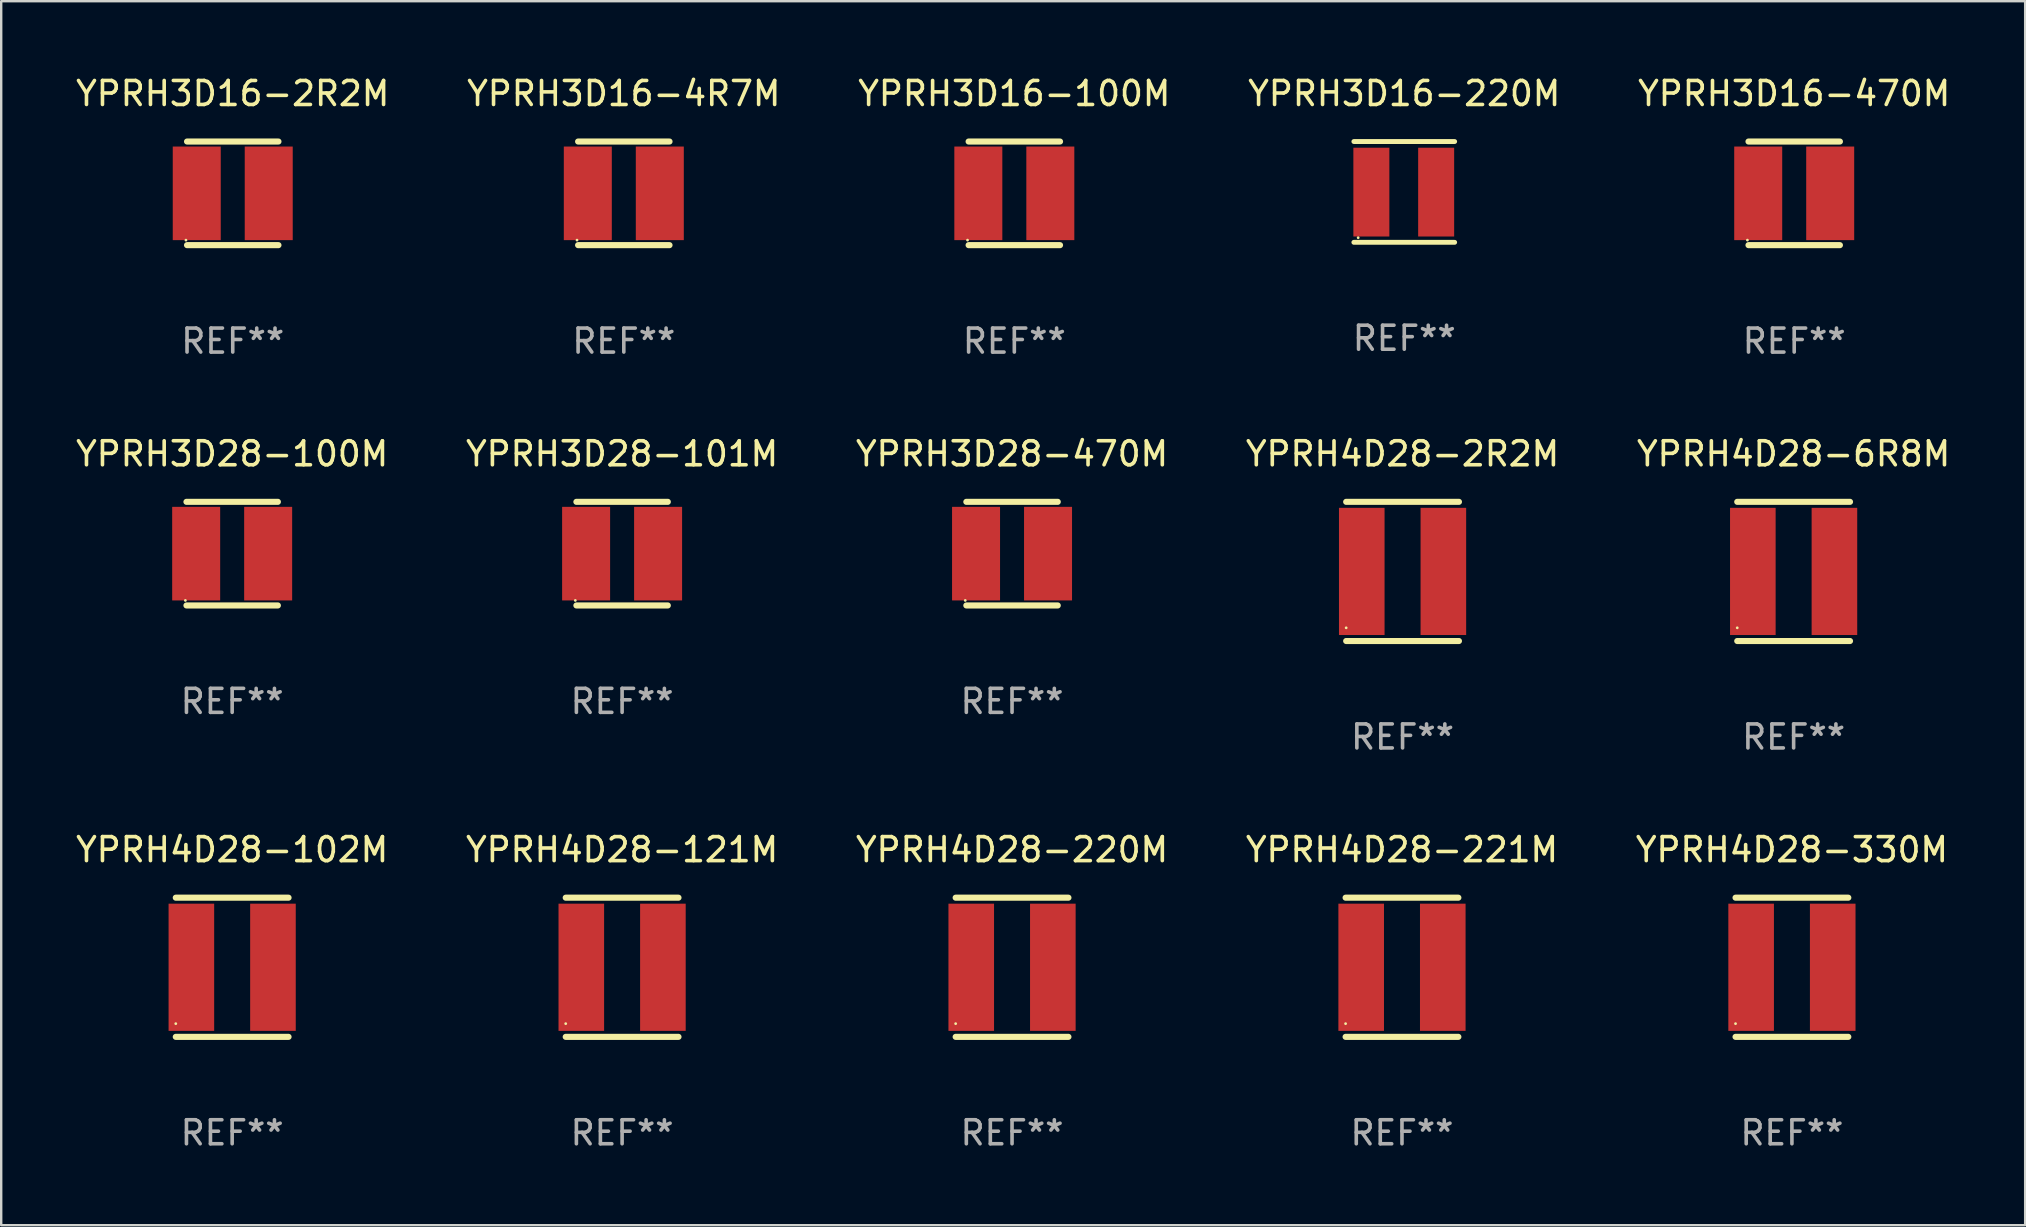
<source format=kicad_pcb>
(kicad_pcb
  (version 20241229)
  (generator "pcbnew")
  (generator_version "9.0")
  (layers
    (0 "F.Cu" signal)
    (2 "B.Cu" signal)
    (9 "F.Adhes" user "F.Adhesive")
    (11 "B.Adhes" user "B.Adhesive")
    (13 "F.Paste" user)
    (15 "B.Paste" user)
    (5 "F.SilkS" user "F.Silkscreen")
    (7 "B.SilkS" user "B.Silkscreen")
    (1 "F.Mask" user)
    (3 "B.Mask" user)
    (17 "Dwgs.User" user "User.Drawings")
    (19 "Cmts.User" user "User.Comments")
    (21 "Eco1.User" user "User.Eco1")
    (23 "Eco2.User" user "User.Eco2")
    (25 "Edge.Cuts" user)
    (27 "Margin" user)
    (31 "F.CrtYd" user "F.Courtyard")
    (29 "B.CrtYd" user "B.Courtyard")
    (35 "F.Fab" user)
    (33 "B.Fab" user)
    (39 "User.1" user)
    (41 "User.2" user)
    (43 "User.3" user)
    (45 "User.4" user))
  (footprint "YPRH3D28-100M"
    (layer "F.Cu")
    (at 6.625 20.022)
    (property "Reference" "YPRH3D28-100M" (at 0 -4.159 0) (layer "F.SilkS") (effects (font (size 1 1) (thickness 0.15))))
    (attr through_hole)
    (fp_line (start -1.905 -2.159) (end 1.905 -2.159) (stroke (width 0.254) (type solid)) (layer "F.SilkS"))
    (fp_line (start -1.905 2.159) (end 1.905 2.159) (stroke (width 0.254) (type solid)) (layer "F.SilkS"))
    (fp_circle (center -1.95 1.95) (end -1.92 1.95) (stroke (width 0.06) (type solid)) (fill no) (layer "F.SilkS"))
    (fp_text user "REF**" (at 0 6.159 0) (layer "F.Fab") (effects (font (size 1 1) (thickness 0.15))))
    (pad "1" smd rect (at -1.5 0) (size 2 3.9) (layers "F.Cu" "F.Mask" "F.Paste"))
    (pad "2" smd rect (at 1.5 0) (size 2 3.9) (layers "F.Cu" "F.Mask" "F.Paste")))
  (footprint "YPRH4D28-121M"
    (layer "F.Cu")
    (at 22.875 37.259)
    (property "Reference" "YPRH4D28-121M" (at 0 -4.9 0) (layer "F.SilkS") (effects (font (size 1 1) (thickness 0.15))))
    (attr through_hole)
    (fp_line (start -2.35 -2.9) (end 2.35 -2.9) (stroke (width 0.254) (type solid)) (layer "F.SilkS"))
    (fp_line (start -2.35 2.9) (end 2.35 2.9) (stroke (width 0.254) (type solid)) (layer "F.SilkS"))
    (fp_circle (center -2.35 2.35) (end -2.32 2.35) (stroke (width 0.06) (type solid)) (fill no) (layer "F.SilkS"))
    (fp_text user "REF**" (at 0 6.9 0) (layer "F.Fab") (effects (font (size 1 1) (thickness 0.15))))
    (pad "1" smd rect (at -1.7 0) (size 1.9 5.3) (layers "F.Cu" "F.Mask" "F.Paste"))
    (pad "2" smd rect (at 1.7 0) (size 1.9 5.3) (layers "F.Cu" "F.Mask" "F.Paste")))
  (footprint "YPRH4D28-330M"
    (layer "F.Cu")
    (at 71.625 37.259)
    (property "Reference" "YPRH4D28-330M" (at 0 -4.9 0) (layer "F.SilkS") (effects (font (size 1 1) (thickness 0.15))))
    (attr through_hole)
    (fp_line (start -2.35 -2.9) (end 2.35 -2.9) (stroke (width 0.254) (type solid)) (layer "F.SilkS"))
    (fp_line (start -2.35 2.9) (end 2.35 2.9) (stroke (width 0.254) (type solid)) (layer "F.SilkS"))
    (fp_circle (center -2.35 2.35) (end -2.32 2.35) (stroke (width 0.06) (type solid)) (fill no) (layer "F.SilkS"))
    (fp_text user "REF**" (at 0 6.9 0) (layer "F.Fab") (effects (font (size 1 1) (thickness 0.15))))
    (pad "1" smd rect (at -1.7 0) (size 1.9 5.3) (layers "F.Cu" "F.Mask" "F.Paste"))
    (pad "2" smd rect (at 1.7 0) (size 1.9 5.3) (layers "F.Cu" "F.Mask" "F.Paste")))
  (footprint "YPRH3D28-470M"
    (layer "F.Cu")
    (at 39.125 20.022)
    (property "Reference" "YPRH3D28-470M" (at 0 -4.159 0) (layer "F.SilkS") (effects (font (size 1 1) (thickness 0.15))))
    (attr through_hole)
    (fp_line (start -1.905 -2.159) (end 1.905 -2.159) (stroke (width 0.254) (type solid)) (layer "F.SilkS"))
    (fp_line (start -1.905 2.159) (end 1.905 2.159) (stroke (width 0.254) (type solid)) (layer "F.SilkS"))
    (fp_circle (center -1.95 1.95) (end -1.92 1.95) (stroke (width 0.06) (type solid)) (fill no) (layer "F.SilkS"))
    (fp_text user "REF**" (at 0 6.159 0) (layer "F.Fab") (effects (font (size 1 1) (thickness 0.15))))
    (pad "1" smd rect (at -1.5 0) (size 2 3.9) (layers "F.Cu" "F.Mask" "F.Paste"))
    (pad "2" smd rect (at 1.5 0) (size 2 3.9) (layers "F.Cu" "F.Mask" "F.Paste")))
  (footprint "YPRH3D16-220M"
    (layer "F.Cu")
    (at 55.47 4.948)
    (property "Reference" "YPRH3D16-220M" (at 0 -4.1 0) (layer "F.SilkS") (effects (font (size 1 1) (thickness 0.15))))
    (attr through_hole)
    (fp_line (start -2.1 -2.1) (end 2.1 -2.1) (stroke (width 0.203) (type solid)) (layer "F.SilkS"))
    (fp_line (start -2.1 2.1) (end 2.1 2.1) (stroke (width 0.203) (type solid)) (layer "F.SilkS"))
    (fp_circle (center -1.921 1.908) (end -1.891 1.908) (stroke (width 0.06) (type solid)) (fill no) (layer "F.SilkS"))
    (fp_text user "REF**" (at 0 6.1 0) (layer "F.Fab") (effects (font (size 1 1) (thickness 0.15))))
    (pad "1" smd rect (at -1.371 0.008 90) (size 3.7 1.5) (layers "F.Cu" "F.Mask" "F.Paste"))
    (pad "2" smd rect (at 1.329 0.008 90) (size 3.7 1.5) (layers "F.Cu" "F.Mask" "F.Paste")))
  (footprint "YPRH3D16-470M"
    (layer "F.Cu")
    (at 71.72 5.007)
    (property "Reference" "YPRH3D16-470M" (at 0 -4.159 0) (layer "F.SilkS") (effects (font (size 1 1) (thickness 0.15))))
    (attr through_hole)
    (fp_line (start -1.905 -2.159) (end 1.905 -2.159) (stroke (width 0.254) (type solid)) (layer "F.SilkS"))
    (fp_line (start -1.905 2.159) (end 1.905 2.159) (stroke (width 0.254) (type solid)) (layer "F.SilkS"))
    (fp_circle (center -1.95 1.95) (end -1.92 1.95) (stroke (width 0.06) (type solid)) (fill no) (layer "F.SilkS"))
    (fp_text user "REF**" (at 0 6.159 0) (layer "F.Fab") (effects (font (size 1 1) (thickness 0.15))))
    (pad "1" smd rect (at -1.5 0) (size 2 3.9) (layers "F.Cu" "F.Mask" "F.Paste"))
    (pad "2" smd rect (at 1.5 0) (size 2 3.9) (layers "F.Cu" "F.Mask" "F.Paste")))
  (footprint "YPRH4D28-2R2M"
    (layer "F.Cu")
    (at 55.399 20.763)
    (property "Reference" "YPRH4D28-2R2M" (at 0 -4.9 0) (layer "F.SilkS") (effects (font (size 1 1) (thickness 0.15))))
    (attr through_hole)
    (fp_line (start -2.35 -2.9) (end 2.35 -2.9) (stroke (width 0.254) (type solid)) (layer "F.SilkS"))
    (fp_line (start -2.35 2.9) (end 2.35 2.9) (stroke (width 0.254) (type solid)) (layer "F.SilkS"))
    (fp_circle (center -2.35 2.35) (end -2.32 2.35) (stroke (width 0.06) (type solid)) (fill no) (layer "F.SilkS"))
    (fp_text user "REF**" (at 0 6.9 0) (layer "F.Fab") (effects (font (size 1 1) (thickness 0.15))))
    (pad "1" smd rect (at -1.7 0) (size 1.9 5.3) (layers "F.Cu" "F.Mask" "F.Paste"))
    (pad "2" smd rect (at 1.7 0) (size 1.9 5.3) (layers "F.Cu" "F.Mask" "F.Paste")))
  (footprint "YPRH4D28-221M"
    (layer "F.Cu")
    (at 55.375 37.259)
    (property "Reference" "YPRH4D28-221M" (at 0 -4.9 0) (layer "F.SilkS") (effects (font (size 1 1) (thickness 0.15))))
    (attr through_hole)
    (fp_line (start -2.35 -2.9) (end 2.35 -2.9) (stroke (width 0.254) (type solid)) (layer "F.SilkS"))
    (fp_line (start -2.35 2.9) (end 2.35 2.9) (stroke (width 0.254) (type solid)) (layer "F.SilkS"))
    (fp_circle (center -2.35 2.35) (end -2.32 2.35) (stroke (width 0.06) (type solid)) (fill no) (layer "F.SilkS"))
    (fp_text user "REF**" (at 0 6.9 0) (layer "F.Fab") (effects (font (size 1 1) (thickness 0.15))))
    (pad "1" smd rect (at -1.7 0) (size 1.9 5.3) (layers "F.Cu" "F.Mask" "F.Paste"))
    (pad "2" smd rect (at 1.7 0) (size 1.9 5.3) (layers "F.Cu" "F.Mask" "F.Paste")))
  (footprint "YPRH4D28-220M"
    (layer "F.Cu")
    (at 39.125 37.259)
    (property "Reference" "YPRH4D28-220M" (at 0 -4.9 0) (layer "F.SilkS") (effects (font (size 1 1) (thickness 0.15))))
    (attr through_hole)
    (fp_line (start -2.35 -2.9) (end 2.35 -2.9) (stroke (width 0.254) (type solid)) (layer "F.SilkS"))
    (fp_line (start -2.35 2.9) (end 2.35 2.9) (stroke (width 0.254) (type solid)) (layer "F.SilkS"))
    (fp_circle (center -2.35 2.35) (end -2.32 2.35) (stroke (width 0.06) (type solid)) (fill no) (layer "F.SilkS"))
    (fp_text user "REF**" (at 0 6.9 0) (layer "F.Fab") (effects (font (size 1 1) (thickness 0.15))))
    (pad "1" smd rect (at -1.7 0) (size 1.9 5.3) (layers "F.Cu" "F.Mask" "F.Paste"))
    (pad "2" smd rect (at 1.7 0) (size 1.9 5.3) (layers "F.Cu" "F.Mask" "F.Paste")))
  (footprint "YPRH4D28-6R8M"
    (layer "F.Cu")
    (at 71.696 20.763)
    (property "Reference" "YPRH4D28-6R8M" (at 0 -4.9 0) (layer "F.SilkS") (effects (font (size 1 1) (thickness 0.15))))
    (attr through_hole)
    (fp_line (start -2.35 -2.9) (end 2.35 -2.9) (stroke (width 0.254) (type solid)) (layer "F.SilkS"))
    (fp_line (start -2.35 2.9) (end 2.35 2.9) (stroke (width 0.254) (type solid)) (layer "F.SilkS"))
    (fp_circle (center -2.35 2.35) (end -2.32 2.35) (stroke (width 0.06) (type solid)) (fill no) (layer "F.SilkS"))
    (fp_text user "REF**" (at 0 6.9 0) (layer "F.Fab") (effects (font (size 1 1) (thickness 0.15))))
    (pad "1" smd rect (at -1.7 0) (size 1.9 5.3) (layers "F.Cu" "F.Mask" "F.Paste"))
    (pad "2" smd rect (at 1.7 0) (size 1.9 5.3) (layers "F.Cu" "F.Mask" "F.Paste")))
  (footprint "YPRH3D16-100M"
    (layer "F.Cu")
    (at 39.22 5.007)
    (property "Reference" "YPRH3D16-100M" (at 0 -4.159 0) (layer "F.SilkS") (effects (font (size 1 1) (thickness 0.15))))
    (attr through_hole)
    (fp_line (start -1.905 -2.159) (end 1.905 -2.159) (stroke (width 0.254) (type solid)) (layer "F.SilkS"))
    (fp_line (start -1.905 2.159) (end 1.905 2.159) (stroke (width 0.254) (type solid)) (layer "F.SilkS"))
    (fp_circle (center -1.95 1.95) (end -1.92 1.95) (stroke (width 0.06) (type solid)) (fill no) (layer "F.SilkS"))
    (fp_text user "REF**" (at 0 6.159 0) (layer "F.Fab") (effects (font (size 1 1) (thickness 0.15))))
    (pad "1" smd rect (at -1.5 0) (size 2 3.9) (layers "F.Cu" "F.Mask" "F.Paste"))
    (pad "2" smd rect (at 1.5 0) (size 2 3.9) (layers "F.Cu" "F.Mask" "F.Paste")))
  (footprint "YPRH3D28-101M"
    (layer "F.Cu")
    (at 22.875 20.022)
    (property "Reference" "YPRH3D28-101M" (at 0 -4.159 0) (layer "F.SilkS") (effects (font (size 1 1) (thickness 0.15))))
    (attr through_hole)
    (fp_line (start -1.905 -2.159) (end 1.905 -2.159) (stroke (width 0.254) (type solid)) (layer "F.SilkS"))
    (fp_line (start -1.905 2.159) (end 1.905 2.159) (stroke (width 0.254) (type solid)) (layer "F.SilkS"))
    (fp_circle (center -1.95 1.95) (end -1.92 1.95) (stroke (width 0.06) (type solid)) (fill no) (layer "F.SilkS"))
    (fp_text user "REF**" (at 0 6.159 0) (layer "F.Fab") (effects (font (size 1 1) (thickness 0.15))))
    (pad "1" smd rect (at -1.5 0) (size 2 3.9) (layers "F.Cu" "F.Mask" "F.Paste"))
    (pad "2" smd rect (at 1.5 0) (size 2 3.9) (layers "F.Cu" "F.Mask" "F.Paste")))
  (footprint "YPRH3D16-2R2M"
    (layer "F.Cu")
    (at 6.649 5.007)
    (property "Reference" "YPRH3D16-2R2M" (at 0 -4.159 0) (layer "F.SilkS") (effects (font (size 1 1) (thickness 0.15))))
    (attr through_hole)
    (fp_line (start -1.905 -2.159) (end 1.905 -2.159) (stroke (width 0.254) (type solid)) (layer "F.SilkS"))
    (fp_line (start -1.905 2.159) (end 1.905 2.159) (stroke (width 0.254) (type solid)) (layer "F.SilkS"))
    (fp_circle (center -1.95 1.95) (end -1.92 1.95) (stroke (width 0.06) (type solid)) (fill no) (layer "F.SilkS"))
    (fp_text user "REF**" (at 0 6.159 0) (layer "F.Fab") (effects (font (size 1 1) (thickness 0.15))))
    (pad "1" smd rect (at -1.5 0) (size 2 3.9) (layers "F.Cu" "F.Mask" "F.Paste"))
    (pad "2" smd rect (at 1.5 0) (size 2 3.9) (layers "F.Cu" "F.Mask" "F.Paste")))
  (footprint "YPRH3D16-4R7M"
    (layer "F.Cu")
    (at 22.946 5.007)
    (property "Reference" "YPRH3D16-4R7M" (at 0 -4.159 0) (layer "F.SilkS") (effects (font (size 1 1) (thickness 0.15))))
    (attr through_hole)
    (fp_line (start -1.905 -2.159) (end 1.905 -2.159) (stroke (width 0.254) (type solid)) (layer "F.SilkS"))
    (fp_line (start -1.905 2.159) (end 1.905 2.159) (stroke (width 0.254) (type solid)) (layer "F.SilkS"))
    (fp_circle (center -1.95 1.95) (end -1.92 1.95) (stroke (width 0.06) (type solid)) (fill no) (layer "F.SilkS"))
    (fp_text user "REF**" (at 0 6.159 0) (layer "F.Fab") (effects (font (size 1 1) (thickness 0.15))))
    (pad "1" smd rect (at -1.5 0) (size 2 3.9) (layers "F.Cu" "F.Mask" "F.Paste"))
    (pad "2" smd rect (at 1.5 0) (size 2 3.9) (layers "F.Cu" "F.Mask" "F.Paste")))
  (footprint "YPRH4D28-102M"
    (layer "F.Cu")
    (at 6.625 37.259)
    (property "Reference" "YPRH4D28-102M" (at 0 -4.9 0) (layer "F.SilkS") (effects (font (size 1 1) (thickness 0.15))))
    (attr through_hole)
    (fp_line (start -2.35 -2.9) (end 2.35 -2.9) (stroke (width 0.254) (type solid)) (layer "F.SilkS"))
    (fp_line (start -2.35 2.9) (end 2.35 2.9) (stroke (width 0.254) (type solid)) (layer "F.SilkS"))
    (fp_circle (center -2.35 2.35) (end -2.32 2.35) (stroke (width 0.06) (type solid)) (fill no) (layer "F.SilkS"))
    (fp_text user "REF**" (at 0 6.9 0) (layer "F.Fab") (effects (font (size 1 1) (thickness 0.15))))
    (pad "1" smd rect (at -1.7 0) (size 1.9 5.3) (layers "F.Cu" "F.Mask" "F.Paste"))
    (pad "2" smd rect (at 1.7 0) (size 1.9 5.3) (layers "F.Cu" "F.Mask" "F.Paste")))
  (gr_rect
    (start -3 -3)
    (end 81.345 48.007)
    (stroke (width 0.1) (type default))
    (fill no)
    (layer "Edge.Cuts")))
</source>
